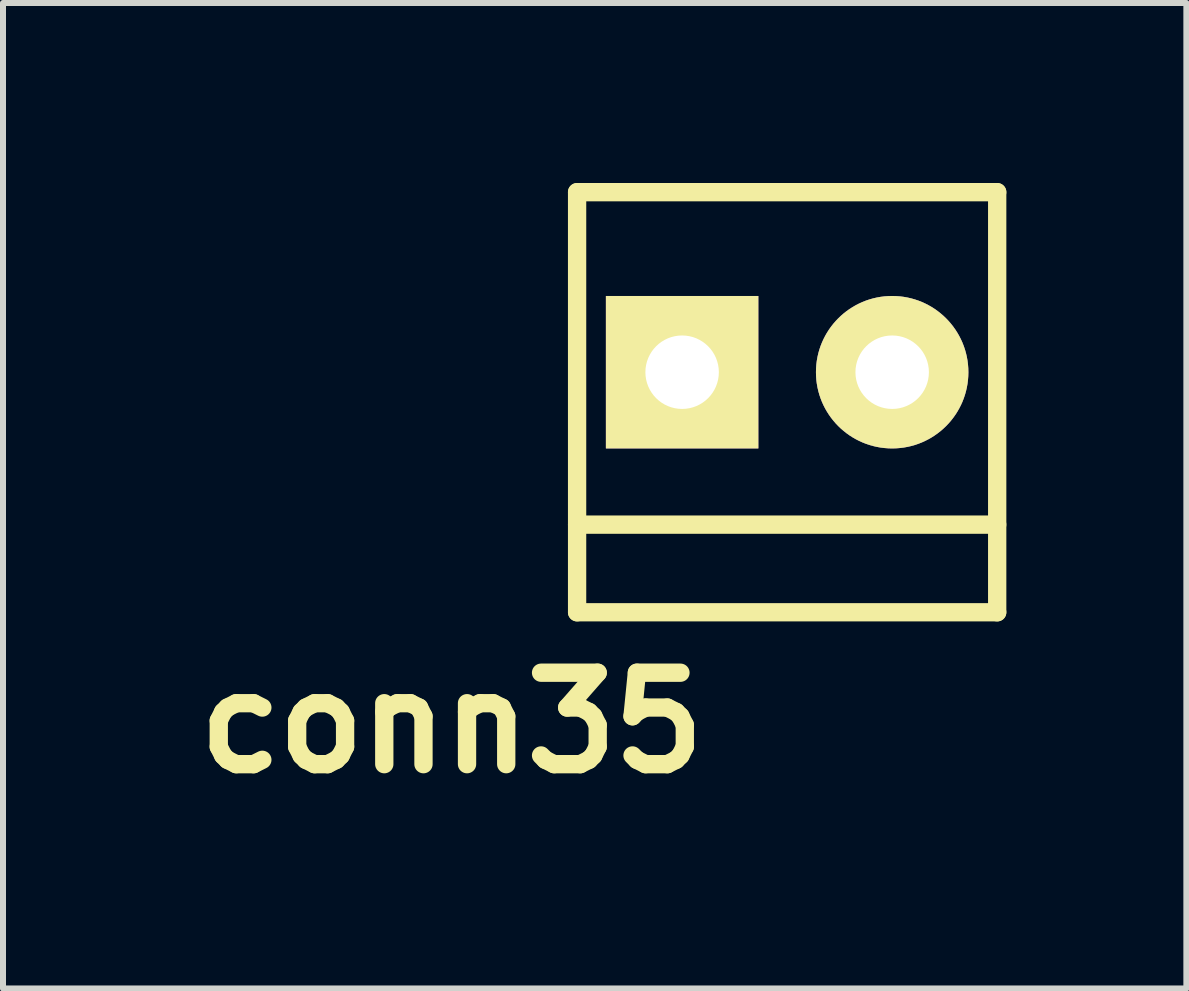
<source format=kicad_pcb>
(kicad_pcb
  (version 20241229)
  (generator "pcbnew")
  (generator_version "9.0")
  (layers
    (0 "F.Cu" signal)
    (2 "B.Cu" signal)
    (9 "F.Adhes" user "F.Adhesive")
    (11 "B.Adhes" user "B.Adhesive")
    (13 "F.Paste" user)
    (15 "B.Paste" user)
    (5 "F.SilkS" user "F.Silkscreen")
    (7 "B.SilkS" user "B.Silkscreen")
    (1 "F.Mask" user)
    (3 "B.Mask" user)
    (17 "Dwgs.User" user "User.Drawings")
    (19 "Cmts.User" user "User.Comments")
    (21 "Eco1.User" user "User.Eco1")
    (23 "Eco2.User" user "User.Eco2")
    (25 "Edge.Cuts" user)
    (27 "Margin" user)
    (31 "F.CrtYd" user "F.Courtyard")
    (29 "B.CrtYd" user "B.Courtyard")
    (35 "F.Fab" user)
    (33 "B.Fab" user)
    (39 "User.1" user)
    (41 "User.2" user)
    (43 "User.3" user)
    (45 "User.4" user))
  (footprint "conn35"
    (layer "F.Cu")
    (at 10.066 3.152)
    (property "Reference" "conn35" (at -5.588 5.842 0) (layer "F.SilkS") (effects (font (size 1.524 1.524) (thickness 0.305))))
    (attr through_hole)
    (fp_line (start -3.5 -3) (end -3.5 4) (stroke (width 0.305) (type solid)) (layer "F.SilkS"))
    (fp_line (start -3.5 4) (end 3.5 4) (stroke (width 0.305) (type solid)) (layer "F.SilkS"))
    (fp_line (start 3.5 -3) (end -3.5 -3) (stroke (width 0.305) (type solid)) (layer "F.SilkS"))
    (fp_line (start 3.5 2.54) (end -3.5 2.54) (stroke (width 0.305) (type solid)) (layer "F.SilkS"))
    (fp_line (start 3.5 4) (end 3.5 -3) (stroke (width 0.305) (type solid)) (layer "F.SilkS"))
    (pad "1" thru_hole rect (at -1.75 0) (size 2.54 2.54) (drill 1.224) (layers "*.Cu" "*.Mask" "F.SilkS"))
    (pad "2" thru_hole circle (at 1.75 0) (size 2.54 2.54) (drill 1.224) (layers "*.Cu" "*.Mask" "F.SilkS")))
  (gr_rect
    (start -3 -3)
    (end 16.718 13.421)
    (stroke (width 0.1) (type default))
    (fill no)
    (layer "Edge.Cuts")))
</source>
